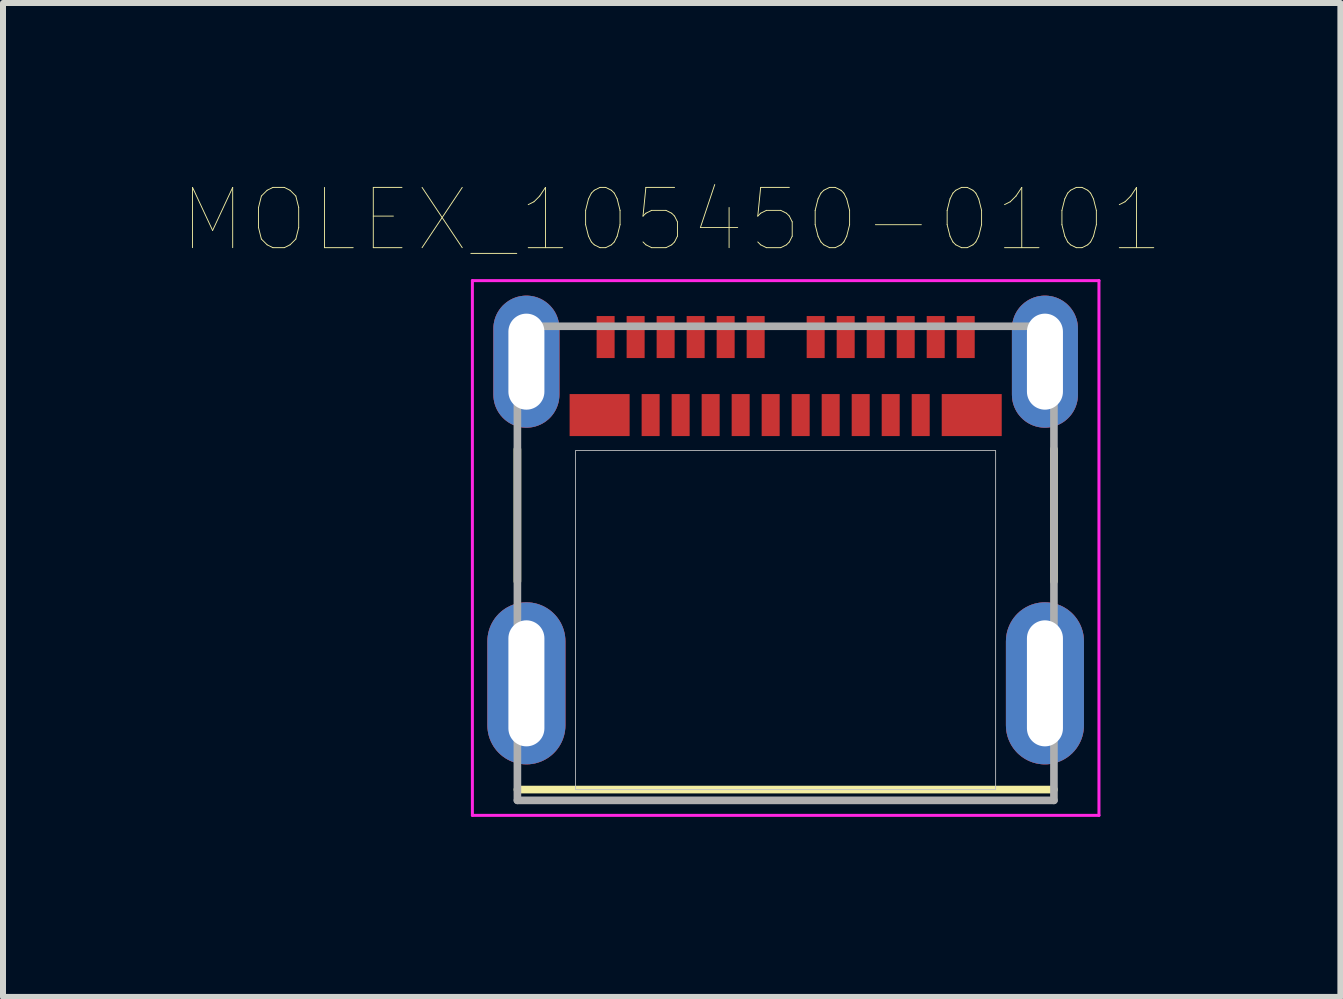
<source format=kicad_pcb>
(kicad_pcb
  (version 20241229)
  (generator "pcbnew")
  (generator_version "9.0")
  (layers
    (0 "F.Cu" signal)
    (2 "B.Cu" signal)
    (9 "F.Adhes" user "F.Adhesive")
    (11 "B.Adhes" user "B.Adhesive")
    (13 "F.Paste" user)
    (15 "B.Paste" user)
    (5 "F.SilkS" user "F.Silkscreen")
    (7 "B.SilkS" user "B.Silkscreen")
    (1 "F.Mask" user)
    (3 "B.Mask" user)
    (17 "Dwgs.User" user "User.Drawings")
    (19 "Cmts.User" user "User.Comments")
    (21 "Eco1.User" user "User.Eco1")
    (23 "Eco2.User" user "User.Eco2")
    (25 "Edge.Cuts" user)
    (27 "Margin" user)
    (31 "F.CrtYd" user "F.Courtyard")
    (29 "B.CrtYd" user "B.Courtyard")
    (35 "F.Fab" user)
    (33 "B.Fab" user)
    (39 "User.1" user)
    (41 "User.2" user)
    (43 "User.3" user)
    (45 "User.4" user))
  (footprint "MOLEX_105450-0101"
    (layer "F.Cu")
    (at 10.041 6.336)
    (property "Reference" "MOLEX_105450-0101" (at -1.899 -5.723 0) (layer "F.SilkS") (effects (font (size 1.004 1.004) (thickness 0.015))))
    (attr through_hole)
    (fp_line (start -4.47 0.3) (end -4.47 -1.9) (stroke (width 0.127) (type solid)) (layer "F.SilkS"))
    (fp_line (start -4.47 3.77) (end 4.47 3.77) (stroke (width 0.127) (type solid)) (layer "F.SilkS"))
    (fp_line (start 4.47 0.3) (end 4.47 -1.9) (stroke (width 0.127) (type solid)) (layer "F.SilkS"))
    (fp_poly (pts (xy -3.502 -1.88) (xy 3.5 -1.88) (xy 3.5 3.773) (xy -3.502 3.773)) (stroke (width 0.01) (type solid)) (fill no) (layer "Dwgs.User"))
    (fp_poly (pts (xy -3.501 -1.88) (xy 3.5 -1.88) (xy 3.5 3.771) (xy -3.501 3.771)) (stroke (width 0.01) (type solid)) (fill no) (layer "Dwgs.User"))
    (fp_line (start -5.22 -4.71) (end 5.22 -4.71) (stroke (width 0.05) (type solid)) (layer "F.CrtYd"))
    (fp_line (start -5.22 4.2) (end -5.22 -4.71) (stroke (width 0.05) (type solid)) (layer "F.CrtYd"))
    (fp_line (start 5.22 -4.71) (end 5.22 4.2) (stroke (width 0.05) (type solid)) (layer "F.CrtYd"))
    (fp_line (start 5.22 4.2) (end -5.22 4.2) (stroke (width 0.05) (type solid)) (layer "F.CrtYd"))
    (fp_line (start -4.47 -3.95) (end -4.47 3.95) (stroke (width 0.127) (type solid)) (layer "F.Fab"))
    (fp_line (start -4.47 3.95) (end 4.47 3.95) (stroke (width 0.127) (type solid)) (layer "F.Fab"))
    (fp_line (start 4.47 -3.95) (end -4.47 -3.95) (stroke (width 0.127) (type solid)) (layer "F.Fab"))
    (fp_line (start 4.47 3.95) (end 4.47 -3.95) (stroke (width 0.127) (type solid)) (layer "F.Fab"))
    (pad "A1" smd rect (at -3 -3.77) (size 0.3 0.7) (layers "F.Cu" "F.Mask" "F.Paste"))
    (pad "A2" smd rect (at -2.5 -3.77) (size 0.3 0.7) (layers "F.Cu" "F.Mask" "F.Paste"))
    (pad "A3" smd rect (at -2 -3.77) (size 0.3 0.7) (layers "F.Cu" "F.Mask" "F.Paste"))
    (pad "A4" smd rect (at -1.5 -3.77) (size 0.3 0.7) (layers "F.Cu" "F.Mask" "F.Paste"))
    (pad "A5" smd rect (at -1 -3.77) (size 0.3 0.7) (layers "F.Cu" "F.Mask" "F.Paste"))
    (pad "A6" smd rect (at -0.5 -3.77) (size 0.3 0.7) (layers "F.Cu" "F.Mask" "F.Paste"))
    (pad "A7" smd rect (at 0.5 -3.77) (size 0.3 0.7) (layers "F.Cu" "F.Mask" "F.Paste"))
    (pad "A8" smd rect (at 1 -3.77) (size 0.3 0.7) (layers "F.Cu" "F.Mask" "F.Paste"))
    (pad "A9" smd rect (at 1.5 -3.77) (size 0.3 0.7) (layers "F.Cu" "F.Mask" "F.Paste"))
    (pad "A10" smd rect (at 2 -3.77) (size 0.3 0.7) (layers "F.Cu" "F.Mask" "F.Paste"))
    (pad "A11" smd rect (at 2.5 -3.77) (size 0.3 0.7) (layers "F.Cu" "F.Mask" "F.Paste"))
    (pad "A12" smd rect (at 3 -3.77) (size 0.3 0.7) (layers "F.Cu" "F.Mask" "F.Paste"))
    (pad "B1" smd rect (at 3.1 -2.47) (size 1 0.7) (layers "F.Cu" "F.Mask" "F.Paste"))
    (pad "B2" smd rect (at 2.25 -2.47) (size 0.3 0.7) (layers "F.Cu" "F.Mask" "F.Paste"))
    (pad "B3" smd rect (at 1.75 -2.47) (size 0.3 0.7) (layers "F.Cu" "F.Mask" "F.Paste"))
    (pad "B4" smd rect (at 1.25 -2.47) (size 0.3 0.7) (layers "F.Cu" "F.Mask" "F.Paste"))
    (pad "B5" smd rect (at 0.75 -2.47) (size 0.3 0.7) (layers "F.Cu" "F.Mask" "F.Paste"))
    (pad "B6" smd rect (at 0.25 -2.47) (size 0.3 0.7) (layers "F.Cu" "F.Mask" "F.Paste"))
    (pad "B7" smd rect (at -0.25 -2.47) (size 0.3 0.7) (layers "F.Cu" "F.Mask" "F.Paste"))
    (pad "B8" smd rect (at -0.75 -2.47) (size 0.3 0.7) (layers "F.Cu" "F.Mask" "F.Paste"))
    (pad "B9" smd rect (at -1.25 -2.47) (size 0.3 0.7) (layers "F.Cu" "F.Mask" "F.Paste"))
    (pad "B10" smd rect (at -1.75 -2.47) (size 0.3 0.7) (layers "F.Cu" "F.Mask" "F.Paste"))
    (pad "B11" smd rect (at -2.25 -2.47) (size 0.3 0.7) (layers "F.Cu" "F.Mask" "F.Paste"))
    (pad "B12" smd rect (at -3.1 -2.47) (size 1 0.7) (layers "F.Cu" "F.Mask" "F.Paste"))
    (pad "S1" thru_hole oval (at -4.32 -3.36) (size 1.1 2.2) (drill oval 0.6 1.6) (layers "*.Cu" "*.Mask"))
    (pad "S1" smd oval (at -4.32 -3.36) (size 1.1 2.2) (layers "F.Cu" "F.Mask" "F.Paste"))
    (pad "S2" thru_hole oval (at 4.32 -3.36) (size 1.1 2.2) (drill oval 0.6 1.6) (layers "*.Cu" "*.Mask"))
    (pad "S2" smd oval (at 4.32 -3.36) (size 1.1 2.2) (layers "F.Cu" "F.Mask" "F.Paste"))
    (pad "S3" thru_hole oval (at -4.32 2) (size 1.3 2.7) (drill oval 0.6 2.1) (layers "*.Cu" "*.Mask"))
    (pad "S3" smd oval (at -4.32 2) (size 1.3 2.7) (layers "F.Cu" "F.Mask" "F.Paste"))
    (pad "S4" thru_hole oval (at 4.32 2) (size 1.3 2.7) (drill oval 0.6 2.1) (layers "*.Cu" "*.Mask"))
    (pad "S4" smd oval (at 4.32 2) (size 1.3 2.7) (layers "F.Cu" "F.Mask" "F.Paste")))
  (gr_rect
    (start -3 -3)
    (end 19.284 13.561)
    (stroke (width 0.1) (type default))
    (fill no)
    (layer "Edge.Cuts")))
</source>
